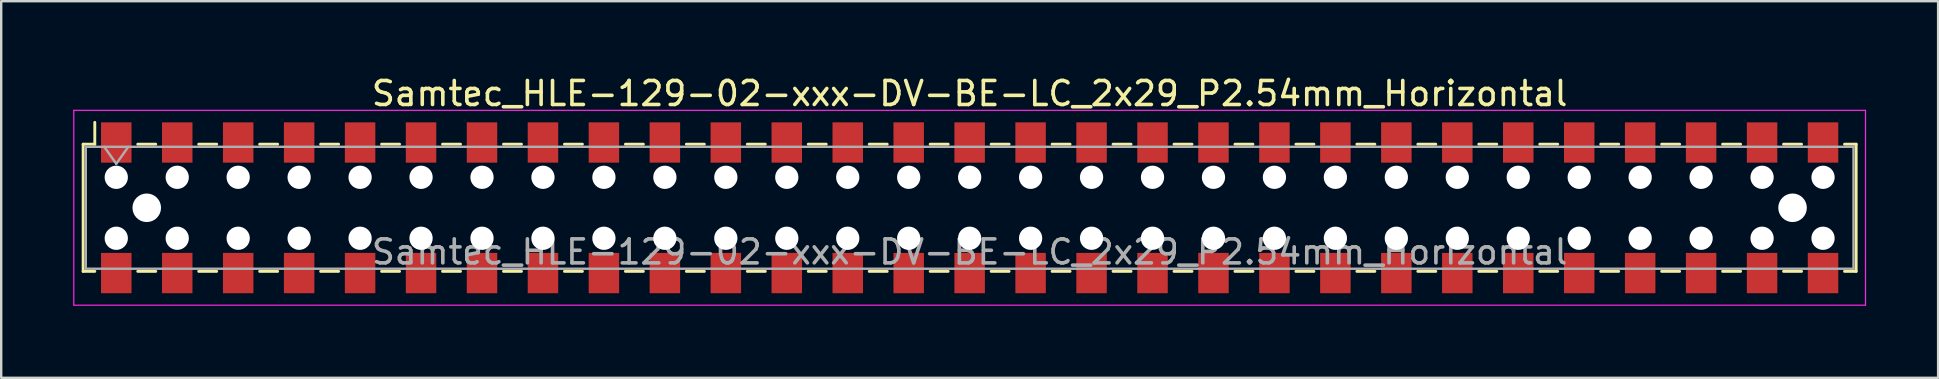
<source format=kicad_pcb>
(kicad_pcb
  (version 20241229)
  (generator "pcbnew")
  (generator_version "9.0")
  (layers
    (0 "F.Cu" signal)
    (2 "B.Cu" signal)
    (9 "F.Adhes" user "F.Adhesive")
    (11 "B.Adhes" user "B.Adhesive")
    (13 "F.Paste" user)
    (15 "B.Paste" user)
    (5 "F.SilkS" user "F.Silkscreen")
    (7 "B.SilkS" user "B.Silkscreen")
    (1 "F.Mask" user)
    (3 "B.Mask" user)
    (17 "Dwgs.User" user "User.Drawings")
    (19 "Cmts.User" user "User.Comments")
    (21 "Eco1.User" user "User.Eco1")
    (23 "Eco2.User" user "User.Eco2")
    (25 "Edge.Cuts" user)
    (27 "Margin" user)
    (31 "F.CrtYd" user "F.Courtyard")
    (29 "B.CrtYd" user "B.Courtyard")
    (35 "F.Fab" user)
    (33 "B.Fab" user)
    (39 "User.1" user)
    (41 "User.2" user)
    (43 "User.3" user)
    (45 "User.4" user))
  (footprint "Samtec_HLE-129-02-xxx-DV-BE-LC_2x29_P2.54mm_Horizontal"
    (layer "F.Cu")
    (at 37.355 5.608)
    (property "Reference" "Samtec_HLE-129-02-xxx-DV-BE-LC_2x29_P2.54mm_Horizontal" (at 0 -4.76 0) (layer "F.SilkS") (effects (font (size 1 1) (thickness 0.15))))
    (attr smd)
    (fp_line (start -36.94 -2.65) (end -36.94 2.65) (stroke (width 0.12) (type solid)) (layer "F.SilkS"))
    (fp_line (start -36.94 2.65) (end -36.455 2.65) (stroke (width 0.12) (type solid)) (layer "F.SilkS"))
    (fp_line (start -36.455 -3.56) (end -36.455 -2.65) (stroke (width 0.12) (type solid)) (layer "F.SilkS"))
    (fp_line (start -36.455 -2.65) (end -36.94 -2.65) (stroke (width 0.12) (type solid)) (layer "F.SilkS"))
    (fp_line (start -34.665 -2.65) (end -33.915 -2.65) (stroke (width 0.12) (type solid)) (layer "F.SilkS"))
    (fp_line (start -34.665 2.65) (end -33.915 2.65) (stroke (width 0.12) (type solid)) (layer "F.SilkS"))
    (fp_line (start -32.125 -2.65) (end -31.375 -2.65) (stroke (width 0.12) (type solid)) (layer "F.SilkS"))
    (fp_line (start -32.125 2.65) (end -31.375 2.65) (stroke (width 0.12) (type solid)) (layer "F.SilkS"))
    (fp_line (start -29.585 -2.65) (end -28.835 -2.65) (stroke (width 0.12) (type solid)) (layer "F.SilkS"))
    (fp_line (start -29.585 2.65) (end -28.835 2.65) (stroke (width 0.12) (type solid)) (layer "F.SilkS"))
    (fp_line (start -27.045 -2.65) (end -26.295 -2.65) (stroke (width 0.12) (type solid)) (layer "F.SilkS"))
    (fp_line (start -27.045 2.65) (end -26.295 2.65) (stroke (width 0.12) (type solid)) (layer "F.SilkS"))
    (fp_line (start -24.505 -2.65) (end -23.755 -2.65) (stroke (width 0.12) (type solid)) (layer "F.SilkS"))
    (fp_line (start -24.505 2.65) (end -23.755 2.65) (stroke (width 0.12) (type solid)) (layer "F.SilkS"))
    (fp_line (start -21.965 -2.65) (end -21.215 -2.65) (stroke (width 0.12) (type solid)) (layer "F.SilkS"))
    (fp_line (start -21.965 2.65) (end -21.215 2.65) (stroke (width 0.12) (type solid)) (layer "F.SilkS"))
    (fp_line (start -19.425 -2.65) (end -18.675 -2.65) (stroke (width 0.12) (type solid)) (layer "F.SilkS"))
    (fp_line (start -19.425 2.65) (end -18.675 2.65) (stroke (width 0.12) (type solid)) (layer "F.SilkS"))
    (fp_line (start -16.885 -2.65) (end -16.135 -2.65) (stroke (width 0.12) (type solid)) (layer "F.SilkS"))
    (fp_line (start -16.885 2.65) (end -16.135 2.65) (stroke (width 0.12) (type solid)) (layer "F.SilkS"))
    (fp_line (start -14.345 -2.65) (end -13.595 -2.65) (stroke (width 0.12) (type solid)) (layer "F.SilkS"))
    (fp_line (start -14.345 2.65) (end -13.595 2.65) (stroke (width 0.12) (type solid)) (layer "F.SilkS"))
    (fp_line (start -11.805 -2.65) (end -11.055 -2.65) (stroke (width 0.12) (type solid)) (layer "F.SilkS"))
    (fp_line (start -11.805 2.65) (end -11.055 2.65) (stroke (width 0.12) (type solid)) (layer "F.SilkS"))
    (fp_line (start -9.265 -2.65) (end -8.515 -2.65) (stroke (width 0.12) (type solid)) (layer "F.SilkS"))
    (fp_line (start -9.265 2.65) (end -8.515 2.65) (stroke (width 0.12) (type solid)) (layer "F.SilkS"))
    (fp_line (start -6.725 -2.65) (end -5.975 -2.65) (stroke (width 0.12) (type solid)) (layer "F.SilkS"))
    (fp_line (start -6.725 2.65) (end -5.975 2.65) (stroke (width 0.12) (type solid)) (layer "F.SilkS"))
    (fp_line (start -4.185 -2.65) (end -3.435 -2.65) (stroke (width 0.12) (type solid)) (layer "F.SilkS"))
    (fp_line (start -4.185 2.65) (end -3.435 2.65) (stroke (width 0.12) (type solid)) (layer "F.SilkS"))
    (fp_line (start -1.645 -2.65) (end -0.895 -2.65) (stroke (width 0.12) (type solid)) (layer "F.SilkS"))
    (fp_line (start -1.645 2.65) (end -0.895 2.65) (stroke (width 0.12) (type solid)) (layer "F.SilkS"))
    (fp_line (start 0.895 -2.65) (end 1.645 -2.65) (stroke (width 0.12) (type solid)) (layer "F.SilkS"))
    (fp_line (start 0.895 2.65) (end 1.645 2.65) (stroke (width 0.12) (type solid)) (layer "F.SilkS"))
    (fp_line (start 3.435 -2.65) (end 4.185 -2.65) (stroke (width 0.12) (type solid)) (layer "F.SilkS"))
    (fp_line (start 3.435 2.65) (end 4.185 2.65) (stroke (width 0.12) (type solid)) (layer "F.SilkS"))
    (fp_line (start 5.975 -2.65) (end 6.725 -2.65) (stroke (width 0.12) (type solid)) (layer "F.SilkS"))
    (fp_line (start 5.975 2.65) (end 6.725 2.65) (stroke (width 0.12) (type solid)) (layer "F.SilkS"))
    (fp_line (start 8.515 -2.65) (end 9.265 -2.65) (stroke (width 0.12) (type solid)) (layer "F.SilkS"))
    (fp_line (start 8.515 2.65) (end 9.265 2.65) (stroke (width 0.12) (type solid)) (layer "F.SilkS"))
    (fp_line (start 11.055 -2.65) (end 11.805 -2.65) (stroke (width 0.12) (type solid)) (layer "F.SilkS"))
    (fp_line (start 11.055 2.65) (end 11.805 2.65) (stroke (width 0.12) (type solid)) (layer "F.SilkS"))
    (fp_line (start 13.595 -2.65) (end 14.345 -2.65) (stroke (width 0.12) (type solid)) (layer "F.SilkS"))
    (fp_line (start 13.595 2.65) (end 14.345 2.65) (stroke (width 0.12) (type solid)) (layer "F.SilkS"))
    (fp_line (start 16.135 -2.65) (end 16.885 -2.65) (stroke (width 0.12) (type solid)) (layer "F.SilkS"))
    (fp_line (start 16.135 2.65) (end 16.885 2.65) (stroke (width 0.12) (type solid)) (layer "F.SilkS"))
    (fp_line (start 18.675 -2.65) (end 19.425 -2.65) (stroke (width 0.12) (type solid)) (layer "F.SilkS"))
    (fp_line (start 18.675 2.65) (end 19.425 2.65) (stroke (width 0.12) (type solid)) (layer "F.SilkS"))
    (fp_line (start 21.215 -2.65) (end 21.965 -2.65) (stroke (width 0.12) (type solid)) (layer "F.SilkS"))
    (fp_line (start 21.215 2.65) (end 21.965 2.65) (stroke (width 0.12) (type solid)) (layer "F.SilkS"))
    (fp_line (start 23.755 -2.65) (end 24.505 -2.65) (stroke (width 0.12) (type solid)) (layer "F.SilkS"))
    (fp_line (start 23.755 2.65) (end 24.505 2.65) (stroke (width 0.12) (type solid)) (layer "F.SilkS"))
    (fp_line (start 26.295 -2.65) (end 27.045 -2.65) (stroke (width 0.12) (type solid)) (layer "F.SilkS"))
    (fp_line (start 26.295 2.65) (end 27.045 2.65) (stroke (width 0.12) (type solid)) (layer "F.SilkS"))
    (fp_line (start 28.835 -2.65) (end 29.585 -2.65) (stroke (width 0.12) (type solid)) (layer "F.SilkS"))
    (fp_line (start 28.835 2.65) (end 29.585 2.65) (stroke (width 0.12) (type solid)) (layer "F.SilkS"))
    (fp_line (start 31.375 -2.65) (end 32.125 -2.65) (stroke (width 0.12) (type solid)) (layer "F.SilkS"))
    (fp_line (start 31.375 2.65) (end 32.125 2.65) (stroke (width 0.12) (type solid)) (layer "F.SilkS"))
    (fp_line (start 33.915 -2.65) (end 34.665 -2.65) (stroke (width 0.12) (type solid)) (layer "F.SilkS"))
    (fp_line (start 33.915 2.65) (end 34.665 2.65) (stroke (width 0.12) (type solid)) (layer "F.SilkS"))
    (fp_line (start 36.455 -2.65) (end 36.94 -2.65) (stroke (width 0.12) (type solid)) (layer "F.SilkS"))
    (fp_line (start 36.94 -2.65) (end 36.94 2.65) (stroke (width 0.12) (type solid)) (layer "F.SilkS"))
    (fp_line (start 36.94 2.65) (end 36.455 2.65) (stroke (width 0.12) (type solid)) (layer "F.SilkS"))
    (fp_line (start -37.33 -4.06) (end 37.33 -4.06) (stroke (width 0.05) (type solid)) (layer "F.CrtYd"))
    (fp_line (start -37.33 4.06) (end -37.33 -4.06) (stroke (width 0.05) (type solid)) (layer "F.CrtYd"))
    (fp_line (start 37.33 -4.06) (end 37.33 4.06) (stroke (width 0.05) (type solid)) (layer "F.CrtYd"))
    (fp_line (start 37.33 4.06) (end -37.33 4.06) (stroke (width 0.05) (type solid)) (layer "F.CrtYd"))
    (fp_line (start -36.83 -2.54) (end 36.83 -2.54) (stroke (width 0.1) (type solid)) (layer "F.Fab"))
    (fp_line (start -36.83 2.54) (end -36.83 -2.54) (stroke (width 0.1) (type solid)) (layer "F.Fab"))
    (fp_line (start -36.06 -2.54) (end -35.56 -1.833) (stroke (width 0.1) (type solid)) (layer "F.Fab"))
    (fp_line (start -35.56 -1.833) (end -35.06 -2.54) (stroke (width 0.1) (type solid)) (layer "F.Fab"))
    (fp_line (start 36.83 -2.54) (end 36.83 2.54) (stroke (width 0.1) (type solid)) (layer "F.Fab"))
    (fp_line (start 36.83 2.54) (end -36.83 2.54) (stroke (width 0.1) (type solid)) (layer "F.Fab"))
    (fp_text user "${REFERENCE}" (at 0 1.84 0) (layer "F.Fab") (effects (font (size 1 1) (thickness 0.15))))
    (pad "" np_thru_hole circle (at -35.56 -1.27) (size 0.97 0.97) (drill 0.97) (layers "*.Cu" "*.Mask"))
    (pad "" np_thru_hole circle (at -35.56 1.27) (size 0.97 0.97) (drill 0.97) (layers "*.Cu" "*.Mask"))
    (pad "" np_thru_hole circle (at -34.29 0) (size 1.19 1.19) (drill 1.19) (layers "*.Cu" "*.Mask"))
    (pad "" np_thru_hole circle (at -33.02 -1.27) (size 0.97 0.97) (drill 0.97) (layers "*.Cu" "*.Mask"))
    (pad "" np_thru_hole circle (at -33.02 1.27) (size 0.97 0.97) (drill 0.97) (layers "*.Cu" "*.Mask"))
    (pad "" np_thru_hole circle (at -30.48 -1.27) (size 0.97 0.97) (drill 0.97) (layers "*.Cu" "*.Mask"))
    (pad "" np_thru_hole circle (at -30.48 1.27) (size 0.97 0.97) (drill 0.97) (layers "*.Cu" "*.Mask"))
    (pad "" np_thru_hole circle (at -27.94 -1.27) (size 0.97 0.97) (drill 0.97) (layers "*.Cu" "*.Mask"))
    (pad "" np_thru_hole circle (at -27.94 1.27) (size 0.97 0.97) (drill 0.97) (layers "*.Cu" "*.Mask"))
    (pad "" np_thru_hole circle (at -25.4 -1.27) (size 0.97 0.97) (drill 0.97) (layers "*.Cu" "*.Mask"))
    (pad "" np_thru_hole circle (at -25.4 1.27) (size 0.97 0.97) (drill 0.97) (layers "*.Cu" "*.Mask"))
    (pad "" np_thru_hole circle (at -22.86 -1.27) (size 0.97 0.97) (drill 0.97) (layers "*.Cu" "*.Mask"))
    (pad "" np_thru_hole circle (at -22.86 1.27) (size 0.97 0.97) (drill 0.97) (layers "*.Cu" "*.Mask"))
    (pad "" np_thru_hole circle (at -20.32 -1.27) (size 0.97 0.97) (drill 0.97) (layers "*.Cu" "*.Mask"))
    (pad "" np_thru_hole circle (at -20.32 1.27) (size 0.97 0.97) (drill 0.97) (layers "*.Cu" "*.Mask"))
    (pad "" np_thru_hole circle (at -17.78 -1.27) (size 0.97 0.97) (drill 0.97) (layers "*.Cu" "*.Mask"))
    (pad "" np_thru_hole circle (at -17.78 1.27) (size 0.97 0.97) (drill 0.97) (layers "*.Cu" "*.Mask"))
    (pad "" np_thru_hole circle (at -15.24 -1.27) (size 0.97 0.97) (drill 0.97) (layers "*.Cu" "*.Mask"))
    (pad "" np_thru_hole circle (at -15.24 1.27) (size 0.97 0.97) (drill 0.97) (layers "*.Cu" "*.Mask"))
    (pad "" np_thru_hole circle (at -12.7 -1.27) (size 0.97 0.97) (drill 0.97) (layers "*.Cu" "*.Mask"))
    (pad "" np_thru_hole circle (at -12.7 1.27) (size 0.97 0.97) (drill 0.97) (layers "*.Cu" "*.Mask"))
    (pad "" np_thru_hole circle (at -10.16 -1.27) (size 0.97 0.97) (drill 0.97) (layers "*.Cu" "*.Mask"))
    (pad "" np_thru_hole circle (at -10.16 1.27) (size 0.97 0.97) (drill 0.97) (layers "*.Cu" "*.Mask"))
    (pad "" np_thru_hole circle (at -7.62 -1.27) (size 0.97 0.97) (drill 0.97) (layers "*.Cu" "*.Mask"))
    (pad "" np_thru_hole circle (at -7.62 1.27) (size 0.97 0.97) (drill 0.97) (layers "*.Cu" "*.Mask"))
    (pad "" np_thru_hole circle (at -5.08 -1.27) (size 0.97 0.97) (drill 0.97) (layers "*.Cu" "*.Mask"))
    (pad "" np_thru_hole circle (at -5.08 1.27) (size 0.97 0.97) (drill 0.97) (layers "*.Cu" "*.Mask"))
    (pad "" np_thru_hole circle (at -2.54 -1.27) (size 0.97 0.97) (drill 0.97) (layers "*.Cu" "*.Mask"))
    (pad "" np_thru_hole circle (at -2.54 1.27) (size 0.97 0.97) (drill 0.97) (layers "*.Cu" "*.Mask"))
    (pad "" np_thru_hole circle (at 0 -1.27) (size 0.97 0.97) (drill 0.97) (layers "*.Cu" "*.Mask"))
    (pad "" np_thru_hole circle (at 0 1.27) (size 0.97 0.97) (drill 0.97) (layers "*.Cu" "*.Mask"))
    (pad "" np_thru_hole circle (at 2.54 -1.27) (size 0.97 0.97) (drill 0.97) (layers "*.Cu" "*.Mask"))
    (pad "" np_thru_hole circle (at 2.54 1.27) (size 0.97 0.97) (drill 0.97) (layers "*.Cu" "*.Mask"))
    (pad "" np_thru_hole circle (at 5.08 -1.27) (size 0.97 0.97) (drill 0.97) (layers "*.Cu" "*.Mask"))
    (pad "" np_thru_hole circle (at 5.08 1.27) (size 0.97 0.97) (drill 0.97) (layers "*.Cu" "*.Mask"))
    (pad "" np_thru_hole circle (at 7.62 -1.27) (size 0.97 0.97) (drill 0.97) (layers "*.Cu" "*.Mask"))
    (pad "" np_thru_hole circle (at 7.62 1.27) (size 0.97 0.97) (drill 0.97) (layers "*.Cu" "*.Mask"))
    (pad "" np_thru_hole circle (at 10.16 -1.27) (size 0.97 0.97) (drill 0.97) (layers "*.Cu" "*.Mask"))
    (pad "" np_thru_hole circle (at 10.16 1.27) (size 0.97 0.97) (drill 0.97) (layers "*.Cu" "*.Mask"))
    (pad "" np_thru_hole circle (at 12.7 -1.27) (size 0.97 0.97) (drill 0.97) (layers "*.Cu" "*.Mask"))
    (pad "" np_thru_hole circle (at 12.7 1.27) (size 0.97 0.97) (drill 0.97) (layers "*.Cu" "*.Mask"))
    (pad "" np_thru_hole circle (at 15.24 -1.27) (size 0.97 0.97) (drill 0.97) (layers "*.Cu" "*.Mask"))
    (pad "" np_thru_hole circle (at 15.24 1.27) (size 0.97 0.97) (drill 0.97) (layers "*.Cu" "*.Mask"))
    (pad "" np_thru_hole circle (at 17.78 -1.27) (size 0.97 0.97) (drill 0.97) (layers "*.Cu" "*.Mask"))
    (pad "" np_thru_hole circle (at 17.78 1.27) (size 0.97 0.97) (drill 0.97) (layers "*.Cu" "*.Mask"))
    (pad "" np_thru_hole circle (at 20.32 -1.27) (size 0.97 0.97) (drill 0.97) (layers "*.Cu" "*.Mask"))
    (pad "" np_thru_hole circle (at 20.32 1.27) (size 0.97 0.97) (drill 0.97) (layers "*.Cu" "*.Mask"))
    (pad "" np_thru_hole circle (at 22.86 -1.27) (size 0.97 0.97) (drill 0.97) (layers "*.Cu" "*.Mask"))
    (pad "" np_thru_hole circle (at 22.86 1.27) (size 0.97 0.97) (drill 0.97) (layers "*.Cu" "*.Mask"))
    (pad "" np_thru_hole circle (at 25.4 -1.27) (size 0.97 0.97) (drill 0.97) (layers "*.Cu" "*.Mask"))
    (pad "" np_thru_hole circle (at 25.4 1.27) (size 0.97 0.97) (drill 0.97) (layers "*.Cu" "*.Mask"))
    (pad "" np_thru_hole circle (at 27.94 -1.27) (size 0.97 0.97) (drill 0.97) (layers "*.Cu" "*.Mask"))
    (pad "" np_thru_hole circle (at 27.94 1.27) (size 0.97 0.97) (drill 0.97) (layers "*.Cu" "*.Mask"))
    (pad "" np_thru_hole circle (at 30.48 -1.27) (size 0.97 0.97) (drill 0.97) (layers "*.Cu" "*.Mask"))
    (pad "" np_thru_hole circle (at 30.48 1.27) (size 0.97 0.97) (drill 0.97) (layers "*.Cu" "*.Mask"))
    (pad "" np_thru_hole circle (at 33.02 -1.27) (size 0.97 0.97) (drill 0.97) (layers "*.Cu" "*.Mask"))
    (pad "" np_thru_hole circle (at 33.02 1.27) (size 0.97 0.97) (drill 0.97) (layers "*.Cu" "*.Mask"))
    (pad "" np_thru_hole circle (at 34.29 0) (size 1.19 1.19) (drill 1.19) (layers "*.Cu" "*.Mask"))
    (pad "" np_thru_hole circle (at 35.56 -1.27) (size 0.97 0.97) (drill 0.97) (layers "*.Cu" "*.Mask"))
    (pad "" np_thru_hole circle (at 35.56 1.27) (size 0.97 0.97) (drill 0.97) (layers "*.Cu" "*.Mask"))
    (pad "1" smd rect (at -35.56 -2.72) (size 1.27 1.68) (layers "F.Cu" "F.Mask" "F.Paste"))
    (pad "2" smd rect (at -35.56 2.72) (size 1.27 1.68) (layers "F.Cu" "F.Mask" "F.Paste"))
    (pad "3" smd rect (at -33.02 -2.72) (size 1.27 1.68) (layers "F.Cu" "F.Mask" "F.Paste"))
    (pad "4" smd rect (at -33.02 2.72) (size 1.27 1.68) (layers "F.Cu" "F.Mask" "F.Paste"))
    (pad "5" smd rect (at -30.48 -2.72) (size 1.27 1.68) (layers "F.Cu" "F.Mask" "F.Paste"))
    (pad "6" smd rect (at -30.48 2.72) (size 1.27 1.68) (layers "F.Cu" "F.Mask" "F.Paste"))
    (pad "7" smd rect (at -27.94 -2.72) (size 1.27 1.68) (layers "F.Cu" "F.Mask" "F.Paste"))
    (pad "8" smd rect (at -27.94 2.72) (size 1.27 1.68) (layers "F.Cu" "F.Mask" "F.Paste"))
    (pad "9" smd rect (at -25.4 -2.72) (size 1.27 1.68) (layers "F.Cu" "F.Mask" "F.Paste"))
    (pad "10" smd rect (at -25.4 2.72) (size 1.27 1.68) (layers "F.Cu" "F.Mask" "F.Paste"))
    (pad "11" smd rect (at -22.86 -2.72) (size 1.27 1.68) (layers "F.Cu" "F.Mask" "F.Paste"))
    (pad "12" smd rect (at -22.86 2.72) (size 1.27 1.68) (layers "F.Cu" "F.Mask" "F.Paste"))
    (pad "13" smd rect (at -20.32 -2.72) (size 1.27 1.68) (layers "F.Cu" "F.Mask" "F.Paste"))
    (pad "14" smd rect (at -20.32 2.72) (size 1.27 1.68) (layers "F.Cu" "F.Mask" "F.Paste"))
    (pad "15" smd rect (at -17.78 -2.72) (size 1.27 1.68) (layers "F.Cu" "F.Mask" "F.Paste"))
    (pad "16" smd rect (at -17.78 2.72) (size 1.27 1.68) (layers "F.Cu" "F.Mask" "F.Paste"))
    (pad "17" smd rect (at -15.24 -2.72) (size 1.27 1.68) (layers "F.Cu" "F.Mask" "F.Paste"))
    (pad "18" smd rect (at -15.24 2.72) (size 1.27 1.68) (layers "F.Cu" "F.Mask" "F.Paste"))
    (pad "19" smd rect (at -12.7 -2.72) (size 1.27 1.68) (layers "F.Cu" "F.Mask" "F.Paste"))
    (pad "20" smd rect (at -12.7 2.72) (size 1.27 1.68) (layers "F.Cu" "F.Mask" "F.Paste"))
    (pad "21" smd rect (at -10.16 -2.72) (size 1.27 1.68) (layers "F.Cu" "F.Mask" "F.Paste"))
    (pad "22" smd rect (at -10.16 2.72) (size 1.27 1.68) (layers "F.Cu" "F.Mask" "F.Paste"))
    (pad "23" smd rect (at -7.62 -2.72) (size 1.27 1.68) (layers "F.Cu" "F.Mask" "F.Paste"))
    (pad "24" smd rect (at -7.62 2.72) (size 1.27 1.68) (layers "F.Cu" "F.Mask" "F.Paste"))
    (pad "25" smd rect (at -5.08 -2.72) (size 1.27 1.68) (layers "F.Cu" "F.Mask" "F.Paste"))
    (pad "26" smd rect (at -5.08 2.72) (size 1.27 1.68) (layers "F.Cu" "F.Mask" "F.Paste"))
    (pad "27" smd rect (at -2.54 -2.72) (size 1.27 1.68) (layers "F.Cu" "F.Mask" "F.Paste"))
    (pad "28" smd rect (at -2.54 2.72) (size 1.27 1.68) (layers "F.Cu" "F.Mask" "F.Paste"))
    (pad "29" smd rect (at 0 -2.72) (size 1.27 1.68) (layers "F.Cu" "F.Mask" "F.Paste"))
    (pad "30" smd rect (at 0 2.72) (size 1.27 1.68) (layers "F.Cu" "F.Mask" "F.Paste"))
    (pad "31" smd rect (at 2.54 -2.72) (size 1.27 1.68) (layers "F.Cu" "F.Mask" "F.Paste"))
    (pad "32" smd rect (at 2.54 2.72) (size 1.27 1.68) (layers "F.Cu" "F.Mask" "F.Paste"))
    (pad "33" smd rect (at 5.08 -2.72) (size 1.27 1.68) (layers "F.Cu" "F.Mask" "F.Paste"))
    (pad "34" smd rect (at 5.08 2.72) (size 1.27 1.68) (layers "F.Cu" "F.Mask" "F.Paste"))
    (pad "35" smd rect (at 7.62 -2.72) (size 1.27 1.68) (layers "F.Cu" "F.Mask" "F.Paste"))
    (pad "36" smd rect (at 7.62 2.72) (size 1.27 1.68) (layers "F.Cu" "F.Mask" "F.Paste"))
    (pad "37" smd rect (at 10.16 -2.72) (size 1.27 1.68) (layers "F.Cu" "F.Mask" "F.Paste"))
    (pad "38" smd rect (at 10.16 2.72) (size 1.27 1.68) (layers "F.Cu" "F.Mask" "F.Paste"))
    (pad "39" smd rect (at 12.7 -2.72) (size 1.27 1.68) (layers "F.Cu" "F.Mask" "F.Paste"))
    (pad "40" smd rect (at 12.7 2.72) (size 1.27 1.68) (layers "F.Cu" "F.Mask" "F.Paste"))
    (pad "41" smd rect (at 15.24 -2.72) (size 1.27 1.68) (layers "F.Cu" "F.Mask" "F.Paste"))
    (pad "42" smd rect (at 15.24 2.72) (size 1.27 1.68) (layers "F.Cu" "F.Mask" "F.Paste"))
    (pad "43" smd rect (at 17.78 -2.72) (size 1.27 1.68) (layers "F.Cu" "F.Mask" "F.Paste"))
    (pad "44" smd rect (at 17.78 2.72) (size 1.27 1.68) (layers "F.Cu" "F.Mask" "F.Paste"))
    (pad "45" smd rect (at 20.32 -2.72) (size 1.27 1.68) (layers "F.Cu" "F.Mask" "F.Paste"))
    (pad "46" smd rect (at 20.32 2.72) (size 1.27 1.68) (layers "F.Cu" "F.Mask" "F.Paste"))
    (pad "47" smd rect (at 22.86 -2.72) (size 1.27 1.68) (layers "F.Cu" "F.Mask" "F.Paste"))
    (pad "48" smd rect (at 22.86 2.72) (size 1.27 1.68) (layers "F.Cu" "F.Mask" "F.Paste"))
    (pad "49" smd rect (at 25.4 -2.72) (size 1.27 1.68) (layers "F.Cu" "F.Mask" "F.Paste"))
    (pad "50" smd rect (at 25.4 2.72) (size 1.27 1.68) (layers "F.Cu" "F.Mask" "F.Paste"))
    (pad "51" smd rect (at 27.94 -2.72) (size 1.27 1.68) (layers "F.Cu" "F.Mask" "F.Paste"))
    (pad "52" smd rect (at 27.94 2.72) (size 1.27 1.68) (layers "F.Cu" "F.Mask" "F.Paste"))
    (pad "53" smd rect (at 30.48 -2.72) (size 1.27 1.68) (layers "F.Cu" "F.Mask" "F.Paste"))
    (pad "54" smd rect (at 30.48 2.72) (size 1.27 1.68) (layers "F.Cu" "F.Mask" "F.Paste"))
    (pad "55" smd rect (at 33.02 -2.72) (size 1.27 1.68) (layers "F.Cu" "F.Mask" "F.Paste"))
    (pad "56" smd rect (at 33.02 2.72) (size 1.27 1.68) (layers "F.Cu" "F.Mask" "F.Paste"))
    (pad "57" smd rect (at 35.56 -2.72) (size 1.27 1.68) (layers "F.Cu" "F.Mask" "F.Paste"))
    (pad "58" smd rect (at 35.56 2.72) (size 1.27 1.68) (layers "F.Cu" "F.Mask" "F.Paste")))
  (gr_rect
    (start -3 -3)
    (end 77.71 12.693)
    (stroke (width 0.1) (type default))
    (fill no)
    (layer "Edge.Cuts")))
</source>
